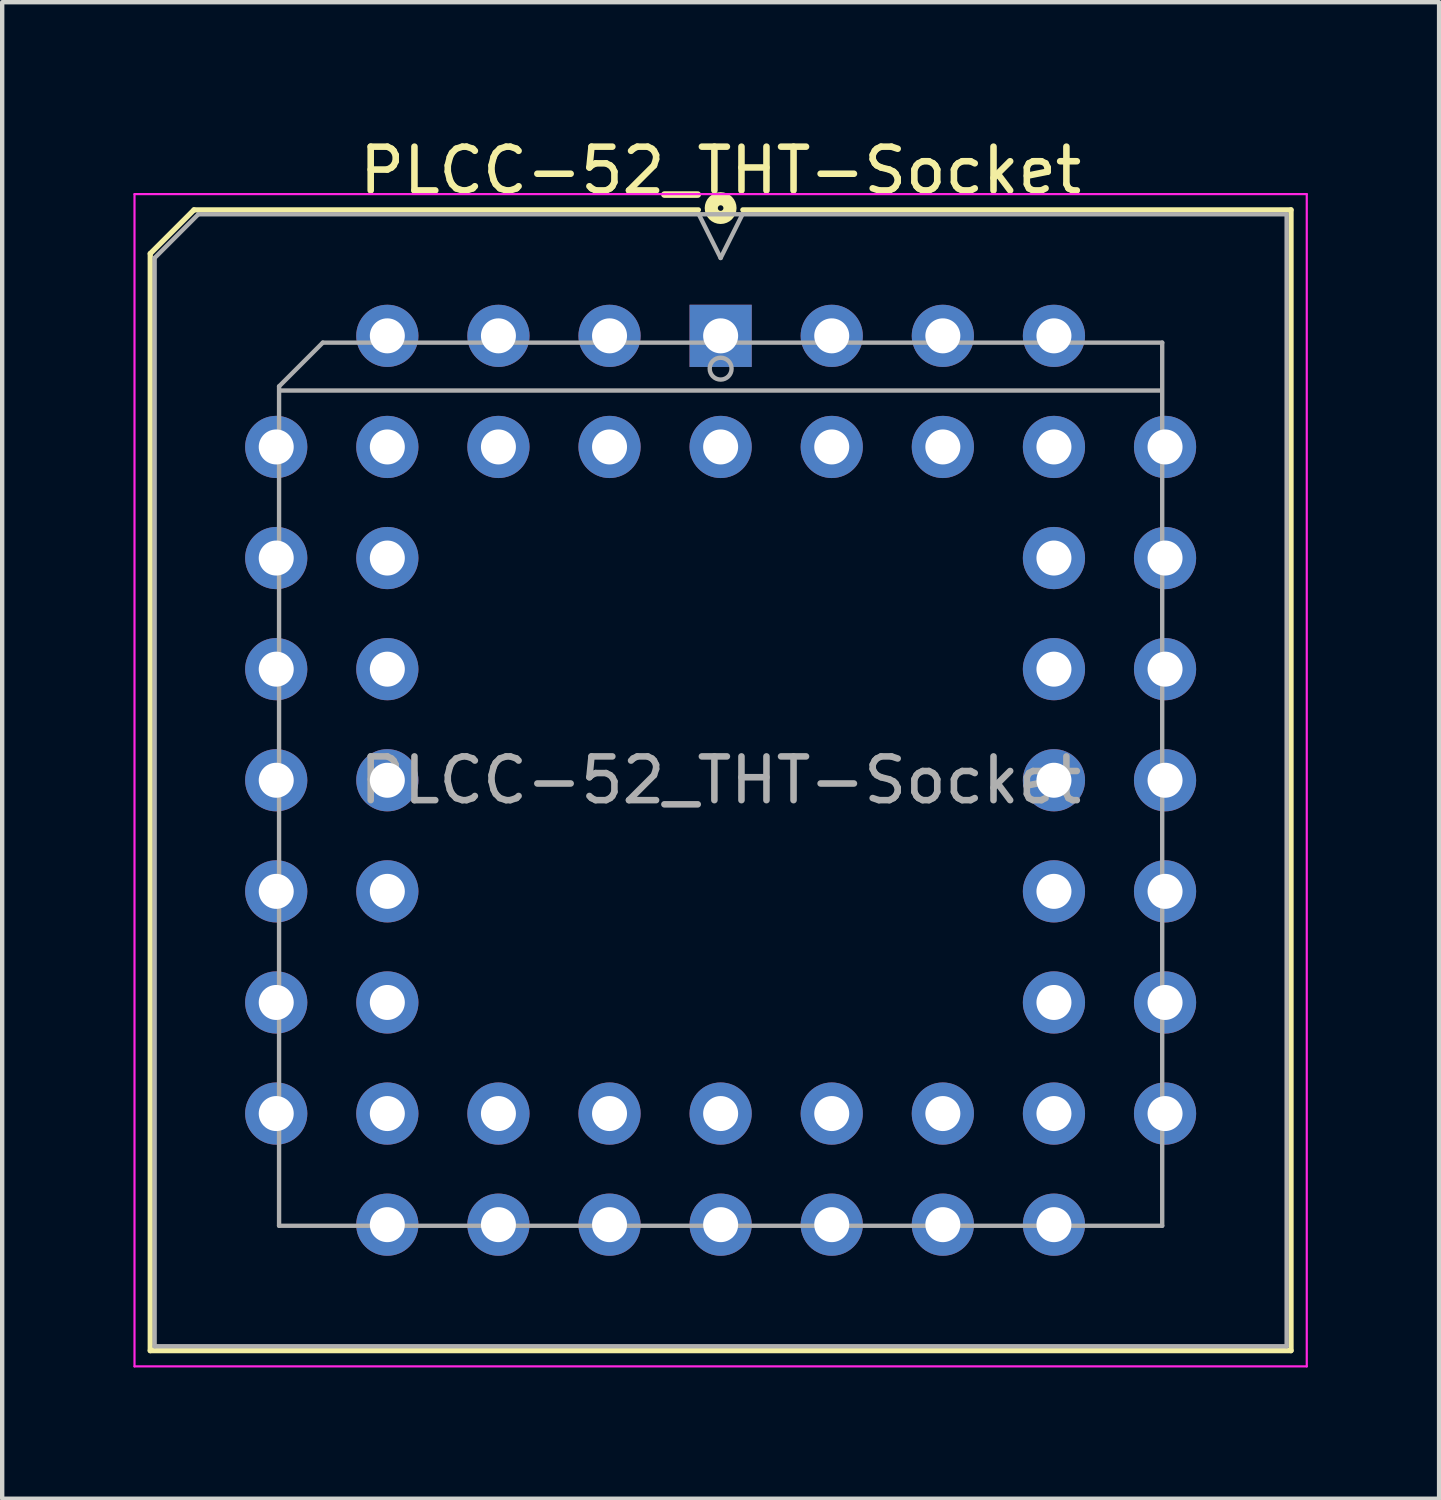
<source format=kicad_pcb>
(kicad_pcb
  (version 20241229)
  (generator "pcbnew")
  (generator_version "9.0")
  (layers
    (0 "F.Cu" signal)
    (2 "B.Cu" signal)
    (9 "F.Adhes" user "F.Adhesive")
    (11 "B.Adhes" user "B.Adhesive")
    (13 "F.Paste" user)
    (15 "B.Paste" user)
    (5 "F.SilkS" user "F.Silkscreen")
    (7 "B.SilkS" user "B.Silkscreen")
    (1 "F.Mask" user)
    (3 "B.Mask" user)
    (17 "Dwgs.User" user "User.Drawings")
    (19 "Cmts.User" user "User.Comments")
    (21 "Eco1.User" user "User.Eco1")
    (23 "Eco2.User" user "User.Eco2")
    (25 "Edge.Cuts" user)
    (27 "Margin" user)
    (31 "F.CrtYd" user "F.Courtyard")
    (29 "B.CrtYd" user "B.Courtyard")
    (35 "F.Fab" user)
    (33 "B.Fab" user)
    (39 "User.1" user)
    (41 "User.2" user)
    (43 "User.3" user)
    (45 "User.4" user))
  (footprint "PLCC-52_THT-Socket"
    (layer "F.Cu")
    (at 13.425 4.628)
    (property "Reference" "PLCC-52_THT-Socket" (at 0 -3.78 0) (layer "F.SilkS") (effects (font (size 1 1) (thickness 0.15))))
    (attr through_hole)
    (fp_line (start -13.04 -1.88) (end -13.04 23.2) (stroke (width 0.12) (type solid)) (layer "F.SilkS"))
    (fp_line (start -13.04 23.2) (end 13.04 23.2) (stroke (width 0.12) (type solid)) (layer "F.SilkS"))
    (fp_line (start -12.04 -2.88) (end -13.04 -1.88) (stroke (width 0.12) (type solid)) (layer "F.SilkS"))
    (fp_line (start -0.508 -2.88) (end -12.04 -2.88) (stroke (width 0.12) (type solid)) (layer "F.SilkS"))
    (fp_line (start 13.04 -2.88) (end 0.508 -2.88) (stroke (width 0.12) (type solid)) (layer "F.SilkS"))
    (fp_line (start 13.04 23.2) (end 13.04 -2.88) (stroke (width 0.12) (type solid)) (layer "F.SilkS"))
    (fp_circle (center 0 -2.921) (end 0.064 -2.921) (stroke (width 0.3) (type solid)) (fill no) (layer "F.SilkS"))
    (fp_line (start -13.4 -3.24) (end -13.4 23.56) (stroke (width 0.05) (type solid)) (layer "F.CrtYd"))
    (fp_line (start -13.4 23.56) (end 13.4 23.56) (stroke (width 0.05) (type solid)) (layer "F.CrtYd"))
    (fp_line (start 13.4 -3.24) (end -13.4 -3.24) (stroke (width 0.05) (type solid)) (layer "F.CrtYd"))
    (fp_line (start 13.4 23.56) (end 13.4 -3.24) (stroke (width 0.05) (type solid)) (layer "F.CrtYd"))
    (fp_line (start -12.94 -1.78) (end -12.94 23.1) (stroke (width 0.1) (type solid)) (layer "F.Fab"))
    (fp_line (start -12.94 23.1) (end 12.94 23.1) (stroke (width 0.1) (type solid)) (layer "F.Fab"))
    (fp_line (start -11.94 -2.78) (end -12.94 -1.78) (stroke (width 0.1) (type solid)) (layer "F.Fab"))
    (fp_line (start -10.095 1.155) (end -10.095 20.345) (stroke (width 0.1) (type solid)) (layer "F.Fab"))
    (fp_line (start -10.095 20.345) (end 10.095 20.345) (stroke (width 0.1) (type solid)) (layer "F.Fab"))
    (fp_line (start -9.095 0.155) (end -10.095 1.155) (stroke (width 0.1) (type solid)) (layer "F.Fab"))
    (fp_line (start -0.5 -2.78) (end 0 -1.78) (stroke (width 0.1) (type solid)) (layer "F.Fab"))
    (fp_line (start 0 -1.78) (end 0.5 -2.78) (stroke (width 0.1) (type solid)) (layer "F.Fab"))
    (fp_line (start 10.05 1.25) (end -10.05 1.25) (stroke (width 0.1) (type solid)) (layer "F.Fab"))
    (fp_line (start 10.095 0.155) (end -9.095 0.155) (stroke (width 0.1) (type solid)) (layer "F.Fab"))
    (fp_line (start 10.095 20.345) (end 10.095 0.155) (stroke (width 0.1) (type solid)) (layer "F.Fab"))
    (fp_line (start 12.94 -2.78) (end -11.94 -2.78) (stroke (width 0.1) (type solid)) (layer "F.Fab"))
    (fp_line (start 12.94 23.1) (end 12.94 -2.78) (stroke (width 0.1) (type solid)) (layer "F.Fab"))
    (fp_circle (center 0 0.75) (end 0.25 0.75) (stroke (width 0.1) (type solid)) (fill no) (layer "F.Fab"))
    (fp_text user "${REFERENCE}" (at 0 10.16 0) (layer "F.Fab") (effects (font (size 1 1) (thickness 0.15))))
    (pad "1" thru_hole rect (at 0 0) (size 1.422 1.422) (drill 0.8) (layers "*.Cu" "*.Mask"))
    (pad "2" thru_hole circle (at 0 2.54) (size 1.422 1.422) (drill 0.8) (layers "*.Cu" "*.Mask"))
    (pad "3" thru_hole circle (at -2.54 0) (size 1.422 1.422) (drill 0.8) (layers "*.Cu" "*.Mask"))
    (pad "4" thru_hole circle (at -2.54 2.54) (size 1.422 1.422) (drill 0.8) (layers "*.Cu" "*.Mask"))
    (pad "5" thru_hole circle (at -5.08 0) (size 1.422 1.422) (drill 0.8) (layers "*.Cu" "*.Mask"))
    (pad "6" thru_hole circle (at -5.08 2.54) (size 1.422 1.422) (drill 0.8) (layers "*.Cu" "*.Mask"))
    (pad "7" thru_hole circle (at -7.62 0) (size 1.422 1.422) (drill 0.8) (layers "*.Cu" "*.Mask"))
    (pad "8" thru_hole circle (at -10.16 2.54) (size 1.422 1.422) (drill 0.8) (layers "*.Cu" "*.Mask"))
    (pad "9" thru_hole circle (at -7.62 2.54) (size 1.422 1.422) (drill 0.8) (layers "*.Cu" "*.Mask"))
    (pad "10" thru_hole circle (at -10.16 5.08) (size 1.422 1.422) (drill 0.8) (layers "*.Cu" "*.Mask"))
    (pad "11" thru_hole circle (at -7.62 5.08) (size 1.422 1.422) (drill 0.8) (layers "*.Cu" "*.Mask"))
    (pad "12" thru_hole circle (at -10.16 7.62) (size 1.422 1.422) (drill 0.8) (layers "*.Cu" "*.Mask"))
    (pad "13" thru_hole circle (at -7.62 7.62) (size 1.422 1.422) (drill 0.8) (layers "*.Cu" "*.Mask"))
    (pad "14" thru_hole circle (at -10.16 10.16) (size 1.422 1.422) (drill 0.8) (layers "*.Cu" "*.Mask"))
    (pad "15" thru_hole circle (at -7.62 10.16) (size 1.422 1.422) (drill 0.8) (layers "*.Cu" "*.Mask"))
    (pad "16" thru_hole circle (at -10.16 12.7) (size 1.422 1.422) (drill 0.8) (layers "*.Cu" "*.Mask"))
    (pad "17" thru_hole circle (at -7.62 12.7) (size 1.422 1.422) (drill 0.8) (layers "*.Cu" "*.Mask"))
    (pad "18" thru_hole circle (at -10.16 15.24) (size 1.422 1.422) (drill 0.8) (layers "*.Cu" "*.Mask"))
    (pad "19" thru_hole circle (at -7.62 15.24) (size 1.422 1.422) (drill 0.8) (layers "*.Cu" "*.Mask"))
    (pad "20" thru_hole circle (at -10.16 17.78) (size 1.422 1.422) (drill 0.8) (layers "*.Cu" "*.Mask"))
    (pad "21" thru_hole circle (at -7.62 20.32) (size 1.422 1.422) (drill 0.8) (layers "*.Cu" "*.Mask"))
    (pad "22" thru_hole circle (at -7.62 17.78) (size 1.422 1.422) (drill 0.8) (layers "*.Cu" "*.Mask"))
    (pad "23" thru_hole circle (at -5.08 20.32) (size 1.422 1.422) (drill 0.8) (layers "*.Cu" "*.Mask"))
    (pad "24" thru_hole circle (at -5.08 17.78) (size 1.422 1.422) (drill 0.8) (layers "*.Cu" "*.Mask"))
    (pad "25" thru_hole circle (at -2.54 20.32) (size 1.422 1.422) (drill 0.8) (layers "*.Cu" "*.Mask"))
    (pad "26" thru_hole circle (at -2.54 17.78) (size 1.422 1.422) (drill 0.8) (layers "*.Cu" "*.Mask"))
    (pad "27" thru_hole circle (at 0 20.32) (size 1.422 1.422) (drill 0.8) (layers "*.Cu" "*.Mask"))
    (pad "28" thru_hole circle (at 0 17.78) (size 1.422 1.422) (drill 0.8) (layers "*.Cu" "*.Mask"))
    (pad "29" thru_hole circle (at 2.54 20.32) (size 1.422 1.422) (drill 0.8) (layers "*.Cu" "*.Mask"))
    (pad "30" thru_hole circle (at 2.54 17.78) (size 1.422 1.422) (drill 0.8) (layers "*.Cu" "*.Mask"))
    (pad "31" thru_hole circle (at 5.08 20.32) (size 1.422 1.422) (drill 0.8) (layers "*.Cu" "*.Mask"))
    (pad "32" thru_hole circle (at 5.08 17.78) (size 1.422 1.422) (drill 0.8) (layers "*.Cu" "*.Mask"))
    (pad "33" thru_hole circle (at 7.62 20.32) (size 1.422 1.422) (drill 0.8) (layers "*.Cu" "*.Mask"))
    (pad "34" thru_hole circle (at 10.16 17.78) (size 1.422 1.422) (drill 0.8) (layers "*.Cu" "*.Mask"))
    (pad "35" thru_hole circle (at 7.62 17.78) (size 1.422 1.422) (drill 0.8) (layers "*.Cu" "*.Mask"))
    (pad "36" thru_hole circle (at 10.16 15.24) (size 1.422 1.422) (drill 0.8) (layers "*.Cu" "*.Mask"))
    (pad "37" thru_hole circle (at 7.62 15.24) (size 1.422 1.422) (drill 0.8) (layers "*.Cu" "*.Mask"))
    (pad "38" thru_hole circle (at 10.16 12.7) (size 1.422 1.422) (drill 0.8) (layers "*.Cu" "*.Mask"))
    (pad "39" thru_hole circle (at 7.62 12.7) (size 1.422 1.422) (drill 0.8) (layers "*.Cu" "*.Mask"))
    (pad "40" thru_hole circle (at 10.16 10.16) (size 1.422 1.422) (drill 0.8) (layers "*.Cu" "*.Mask"))
    (pad "41" thru_hole circle (at 7.62 10.16) (size 1.422 1.422) (drill 0.8) (layers "*.Cu" "*.Mask"))
    (pad "42" thru_hole circle (at 10.16 7.62) (size 1.422 1.422) (drill 0.8) (layers "*.Cu" "*.Mask"))
    (pad "43" thru_hole circle (at 7.62 7.62) (size 1.422 1.422) (drill 0.8) (layers "*.Cu" "*.Mask"))
    (pad "44" thru_hole circle (at 10.16 5.08) (size 1.422 1.422) (drill 0.8) (layers "*.Cu" "*.Mask"))
    (pad "45" thru_hole circle (at 7.62 5.08) (size 1.422 1.422) (drill 0.8) (layers "*.Cu" "*.Mask"))
    (pad "46" thru_hole circle (at 10.16 2.54) (size 1.422 1.422) (drill 0.8) (layers "*.Cu" "*.Mask"))
    (pad "47" thru_hole circle (at 7.62 0) (size 1.422 1.422) (drill 0.8) (layers "*.Cu" "*.Mask"))
    (pad "48" thru_hole circle (at 7.62 2.54) (size 1.422 1.422) (drill 0.8) (layers "*.Cu" "*.Mask"))
    (pad "49" thru_hole circle (at 5.08 0) (size 1.422 1.422) (drill 0.8) (layers "*.Cu" "*.Mask"))
    (pad "50" thru_hole circle (at 5.08 2.54) (size 1.422 1.422) (drill 0.8) (layers "*.Cu" "*.Mask"))
    (pad "51" thru_hole circle (at 2.54 0) (size 1.422 1.422) (drill 0.8) (layers "*.Cu" "*.Mask"))
    (pad "52" thru_hole circle (at 2.54 2.54) (size 1.422 1.422) (drill 0.8) (layers "*.Cu" "*.Mask")))
  (gr_rect
    (start -3 -3)
    (end 29.85 31.213)
    (stroke (width 0.1) (type default))
    (fill no)
    (layer "Edge.Cuts")))
</source>
